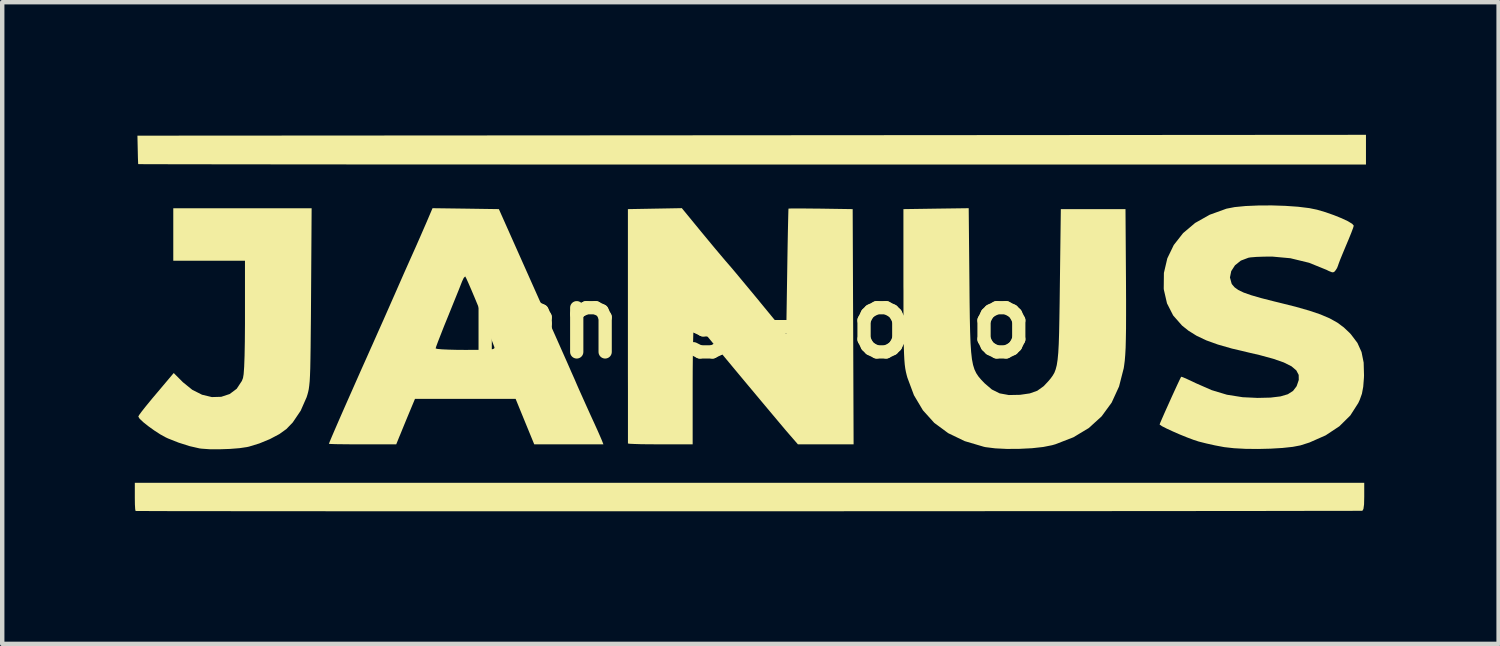
<source format=kicad_pcb>
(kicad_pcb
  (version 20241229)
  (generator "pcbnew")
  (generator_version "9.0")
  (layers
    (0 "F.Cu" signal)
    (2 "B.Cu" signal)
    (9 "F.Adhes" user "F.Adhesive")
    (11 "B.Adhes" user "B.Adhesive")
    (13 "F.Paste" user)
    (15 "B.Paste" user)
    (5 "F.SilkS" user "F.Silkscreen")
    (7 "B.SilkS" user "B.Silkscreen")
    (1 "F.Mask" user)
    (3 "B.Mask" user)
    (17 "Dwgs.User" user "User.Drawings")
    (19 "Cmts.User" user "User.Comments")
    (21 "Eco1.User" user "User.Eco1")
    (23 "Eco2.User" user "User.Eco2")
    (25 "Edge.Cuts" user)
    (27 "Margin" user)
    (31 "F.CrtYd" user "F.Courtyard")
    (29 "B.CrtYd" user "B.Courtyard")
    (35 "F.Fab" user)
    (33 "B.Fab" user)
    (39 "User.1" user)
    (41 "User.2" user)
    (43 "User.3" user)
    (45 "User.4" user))
  (footprint "janus-logo"
    (layer "F.Cu")
    (at 13.926 4.233)
    (property "Reference" "janus-logo" (at 0 0 0) (layer "F.SilkS") (effects (font (size 1.5 1.5) (thickness 0.3))))
    (attr board_only exclude_from_pos_files exclude_from_bom)
    (fp_poly (pts (xy 13.926 -3.897) (xy 13.926 -3.561) (xy 0.04 -3.561) (xy -1.004 -3.561) (xy -2.027 -3.561) (xy -3.027 -3.561) (xy -4 -3.561) (xy -4.945 -3.561) (xy -5.858 -3.562) (xy -6.737 -3.562) (xy -7.578 -3.562) (xy -8.379 -3.563) (xy -9.137 -3.563) (xy -9.849 -3.564) (xy -10.513 -3.564) (xy -11.125 -3.565) (xy -11.682 -3.565) (xy -12.183 -3.566) (xy -12.623 -3.567) (xy -13.001 -3.567) (xy -13.313 -3.568) (xy -13.557 -3.569) (xy -13.729 -3.569) (xy -13.827 -3.57) (xy -13.85 -3.571) (xy -13.852 -3.612) (xy -13.856 -3.713) (xy -13.859 -3.854) (xy -13.86 -3.897) (xy -13.867 -4.214) (xy 0.03 -4.223) (xy 13.926 -4.233)) (stroke (width 0) (type solid)) (fill yes) (layer "F.SilkS"))
    (fp_poly (pts (xy 13.887 3.956) (xy 13.883 4.129) (xy 13.869 4.231) (xy 13.845 4.272) (xy 13.837 4.273) (xy 13.467 4.274) (xy 13.037 4.275) (xy 12.552 4.275) (xy 12.013 4.276) (xy 11.425 4.277) (xy 10.791 4.278) (xy 10.115 4.278) (xy 9.4 4.279) (xy 8.649 4.279) (xy 7.865 4.28) (xy 7.053 4.28) (xy 6.215 4.281) (xy 5.355 4.281) (xy 4.477 4.282) (xy 3.583 4.282) (xy 2.677 4.282) (xy 1.762 4.283) (xy 0.843 4.283) (xy -0.078 4.283) (xy -0.997 4.283) (xy -1.912 4.283) (xy -2.818 4.283) (xy -3.711 4.283) (xy -4.59 4.283) (xy -5.45 4.283) (xy -6.287 4.283) (xy -7.1 4.283) (xy -7.883 4.283) (xy -8.634 4.283) (xy -9.349 4.283) (xy -10.025 4.282) (xy -10.659 4.282) (xy -11.247 4.282) (xy -11.785 4.281) (xy -12.271 4.281) (xy -12.7 4.28) (xy -13.07 4.28) (xy -13.377 4.279) (xy -13.618 4.278) (xy -13.789 4.278) (xy -13.887 4.277) (xy -13.91 4.276) (xy -13.918 4.232) (xy -13.924 4.128) (xy -13.926 3.986) (xy -13.926 3.95) (xy -13.926 3.64) (xy -0.02 3.64) (xy 13.887 3.64)) (stroke (width 0) (type solid)) (fill yes) (layer "F.SilkS"))
    (fp_poly (pts (xy -9.939 -0.564) (xy -9.942 -0.113) (xy -9.946 0.267) (xy -9.949 0.581) (xy -9.953 0.839) (xy -9.957 1.046) (xy -9.963 1.211) (xy -9.97 1.34) (xy -9.98 1.441) (xy -9.991 1.521) (xy -10.005 1.587) (xy -10.022 1.648) (xy -10.04 1.705) (xy -10.174 2.009) (xy -10.354 2.275) (xy -10.498 2.424) (xy -10.659 2.539) (xy -10.871 2.651) (xy -11.109 2.749) (xy -11.344 2.821) (xy -11.39 2.831) (xy -11.559 2.856) (xy -11.776 2.873) (xy -12.01 2.881) (xy -12.233 2.88) (xy -12.416 2.867) (xy -12.463 2.861) (xy -12.686 2.81) (xy -12.937 2.73) (xy -13.177 2.635) (xy -13.226 2.612) (xy -13.348 2.545) (xy -13.484 2.457) (xy -13.619 2.36) (xy -13.736 2.267) (xy -13.817 2.19) (xy -13.847 2.142) (xy -13.829 2.107) (xy -13.773 2.03) (xy -13.676 1.907) (xy -13.534 1.734) (xy -13.343 1.508) (xy -13.285 1.439) (xy -13.046 1.156) (xy -12.838 1.364) (xy -12.627 1.535) (xy -12.405 1.647) (xy -12.183 1.7) (xy -11.971 1.694) (xy -11.78 1.631) (xy -11.621 1.512) (xy -11.505 1.336) (xy -11.479 1.27) (xy -11.464 1.181) (xy -11.452 1.012) (xy -11.443 0.766) (xy -11.437 0.442) (xy -11.434 0.04) (xy -11.434 -0.125) (xy -11.434 -1.385) (xy -12.245 -1.385) (xy -13.056 -1.385) (xy -13.056 -1.978) (xy -13.056 -2.572) (xy -11.491 -2.572) (xy -9.926 -2.572)) (stroke (width 0) (type solid)) (fill yes) (layer "F.SilkS"))
    (fp_poly (pts (xy -1.122 -2.051) (xy -0.964 -1.86) (xy -0.809 -1.673) (xy -0.67 -1.508) (xy -0.56 -1.378) (xy -0.514 -1.325) (xy -0.436 -1.235) (xy -0.318 -1.095) (xy -0.171 -0.918) (xy -0.004 -0.717) (xy 0.173 -0.504) (xy 0.237 -0.425) (xy 0.811 0.273) (xy 0.833 -1.14) (xy 0.838 -1.465) (xy 0.843 -1.765) (xy 0.848 -2.031) (xy 0.853 -2.252) (xy 0.857 -2.42) (xy 0.86 -2.527) (xy 0.862 -2.563) (xy 0.902 -2.566) (xy 1.009 -2.567) (xy 1.17 -2.567) (xy 1.372 -2.565) (xy 1.592 -2.563) (xy 2.314 -2.552) (xy 2.325 0.109) (xy 2.335 2.769) (xy 1.705 2.769) (xy 1.075 2.769) (xy 0.878 2.542) (xy 0.797 2.448) (xy 0.674 2.302) (xy 0.518 2.116) (xy 0.335 1.898) (xy 0.135 1.659) (xy -0.075 1.408) (xy -0.285 1.156) (xy -0.488 0.912) (xy -0.676 0.686) (xy -0.84 0.488) (xy -0.973 0.327) (xy -1.065 0.215) (xy -1.083 0.192) (xy -1.169 0.091) (xy -1.238 0.022) (xy -1.271 0) (xy -1.279 0.038) (xy -1.287 0.146) (xy -1.293 0.316) (xy -1.298 0.538) (xy -1.302 0.803) (xy -1.305 1.102) (xy -1.306 1.385) (xy -1.306 2.769) (xy -2.038 2.769) (xy -2.268 2.768) (xy -2.469 2.766) (xy -2.628 2.761) (xy -2.732 2.756) (xy -2.77 2.75) (xy -2.77 2.708) (xy -2.77 2.593) (xy -2.77 2.413) (xy -2.77 2.173) (xy -2.77 1.88) (xy -2.77 1.54) (xy -2.771 1.161) (xy -2.771 0.749) (xy -2.771 0.31) (xy -2.771 0.089) (xy -2.771 -2.552) (xy -2.161 -2.563) (xy -1.551 -2.574)) (stroke (width 0) (type solid)) (fill yes) (layer "F.SilkS"))
    (fp_poly (pts (xy 4.955 -0.901) (xy 4.959 -0.457) (xy 4.964 -0.085) (xy 4.971 0.223) (xy 4.98 0.476) (xy 4.994 0.679) (xy 5.012 0.842) (xy 5.037 0.971) (xy 5.069 1.074) (xy 5.11 1.16) (xy 5.16 1.235) (xy 5.221 1.307) (xy 5.294 1.383) (xy 5.294 1.384) (xy 5.462 1.528) (xy 5.639 1.616) (xy 5.847 1.654) (xy 6.1 1.649) (xy 6.321 1.617) (xy 6.49 1.557) (xy 6.633 1.455) (xy 6.735 1.347) (xy 6.791 1.281) (xy 6.837 1.218) (xy 6.876 1.152) (xy 6.906 1.074) (xy 6.931 0.978) (xy 6.95 0.855) (xy 6.965 0.698) (xy 6.976 0.499) (xy 6.984 0.251) (xy 6.99 -0.054) (xy 6.996 -0.423) (xy 7.001 -0.831) (xy 7.023 -2.552) (xy 7.755 -2.552) (xy 8.486 -2.552) (xy 8.497 -0.93) (xy 8.499 -0.502) (xy 8.499 -0.145) (xy 8.498 0.15) (xy 8.494 0.391) (xy 8.489 0.588) (xy 8.48 0.748) (xy 8.469 0.881) (xy 8.454 0.994) (xy 8.446 1.047) (xy 8.34 1.461) (xy 8.173 1.825) (xy 7.945 2.137) (xy 7.657 2.399) (xy 7.309 2.609) (xy 6.902 2.767) (xy 6.825 2.789) (xy 6.624 2.829) (xy 6.37 2.857) (xy 6.088 2.871) (xy 5.803 2.873) (xy 5.539 2.86) (xy 5.322 2.833) (xy 5.284 2.825) (xy 4.85 2.697) (xy 4.476 2.517) (xy 4.161 2.285) (xy 3.903 1.999) (xy 3.7 1.658) (xy 3.552 1.261) (xy 3.537 1.207) (xy 3.519 1.133) (xy 3.504 1.055) (xy 3.492 0.964) (xy 3.483 0.852) (xy 3.476 0.711) (xy 3.47 0.533) (xy 3.467 0.31) (xy 3.464 0.033) (xy 3.463 -0.305) (xy 3.463 -0.712) (xy 3.462 -0.811) (xy 3.462 -2.552) (xy 4.201 -2.563) (xy 4.939 -2.573)) (stroke (width 0) (type solid)) (fill yes) (layer "F.SilkS"))
    (fp_poly (pts (xy -6.44 -2.563) (xy -5.69 -2.552) (xy -4.861 -0.692) (xy -4.697 -0.324) (xy -4.539 0.03) (xy -4.392 0.36) (xy -4.259 0.66) (xy -4.143 0.921) (xy -4.049 1.136) (xy -3.978 1.295) (xy -3.936 1.393) (xy -3.931 1.405) (xy -3.874 1.535) (xy -3.794 1.713) (xy -3.703 1.916) (xy -3.612 2.117) (xy -3.527 2.302) (xy -3.452 2.468) (xy -3.395 2.598) (xy -3.362 2.675) (xy -3.36 2.68) (xy -3.325 2.769) (xy -4.108 2.769) (xy -4.89 2.769) (xy -5.101 2.255) (xy -5.311 1.741) (xy -6.45 1.741) (xy -7.588 1.741) (xy -7.724 2.067) (xy -7.797 2.243) (xy -7.868 2.416) (xy -7.925 2.556) (xy -7.936 2.581) (xy -8.012 2.769) (xy -8.773 2.769) (xy -9.009 2.769) (xy -9.215 2.767) (xy -9.379 2.765) (xy -9.49 2.761) (xy -9.535 2.758) (xy -9.535 2.757) (xy -9.519 2.715) (xy -9.475 2.609) (xy -9.405 2.446) (xy -9.314 2.236) (xy -9.204 1.985) (xy -9.079 1.702) (xy -8.943 1.395) (xy -8.8 1.072) (xy -8.683 0.811) (xy -8.589 0.599) (xy -7.121 0.599) (xy -7.084 0.61) (xy -6.98 0.62) (xy -6.823 0.627) (xy -6.625 0.632) (xy -6.445 0.633) (xy -6.199 0.632) (xy -6.021 0.63) (xy -5.902 0.625) (xy -5.831 0.616) (xy -5.797 0.601) (xy -5.789 0.581) (xy -5.794 0.564) (xy -5.869 0.367) (xy -5.954 0.149) (xy -6.046 -0.081) (xy -6.139 -0.31) (xy -6.228 -0.525) (xy -6.309 -0.717) (xy -6.376 -0.872) (xy -6.425 -0.98) (xy -6.45 -1.027) (xy -6.452 -1.029) (xy -6.485 -0.996) (xy -6.521 -0.92) (xy -6.549 -0.849) (xy -6.6 -0.719) (xy -6.671 -0.544) (xy -6.755 -0.336) (xy -6.841 -0.123) (xy -6.93 0.095) (xy -7.006 0.289) (xy -7.067 0.445) (xy -7.107 0.553) (xy -7.121 0.599) (xy -7.121 0.599) (xy -8.589 0.599) (xy -8.555 0.524) (xy -8.425 0.231) (xy -8.299 -0.051) (xy -8.187 -0.305) (xy -8.095 -0.514) (xy -8.051 -0.613) (xy -7.951 -0.841) (xy -7.841 -1.091) (xy -7.736 -1.327) (xy -7.666 -1.484) (xy -7.571 -1.696) (xy -7.469 -1.928) (xy -7.375 -2.144) (xy -7.339 -2.226) (xy -7.191 -2.573)) (stroke (width 0) (type solid)) (fill yes) (layer "F.SilkS"))
    (fp_poly (pts (xy 12.101 -2.626) (xy 12.39 -2.606) (xy 12.643 -2.575) (xy 12.819 -2.539) (xy 13.01 -2.483) (xy 13.2 -2.416) (xy 13.374 -2.346) (xy 13.517 -2.279) (xy 13.614 -2.22) (xy 13.65 -2.178) (xy 13.65 -2.178) (xy 13.635 -2.126) (xy 13.595 -2.019) (xy 13.535 -1.871) (xy 13.471 -1.719) (xy 13.401 -1.551) (xy 13.343 -1.41) (xy 13.306 -1.311) (xy 13.293 -1.272) (xy 13.272 -1.219) (xy 13.241 -1.17) (xy 13.204 -1.128) (xy 13.162 -1.122) (xy 13.088 -1.151) (xy 13.034 -1.178) (xy 12.64 -1.338) (xy 12.216 -1.441) (xy 11.81 -1.478) (xy 11.622 -1.477) (xy 11.448 -1.471) (xy 11.313 -1.46) (xy 11.267 -1.452) (xy 11.095 -1.387) (xy 10.963 -1.281) (xy 10.878 -1.149) (xy 10.849 -1.006) (xy 10.887 -0.866) (xy 10.899 -0.847) (xy 10.955 -0.782) (xy 11.039 -0.722) (xy 11.16 -0.664) (xy 11.328 -0.605) (xy 11.552 -0.54) (xy 11.842 -0.466) (xy 11.953 -0.439) (xy 12.333 -0.344) (xy 12.645 -0.255) (xy 12.899 -0.169) (xy 13.107 -0.08) (xy 13.279 0.016) (xy 13.425 0.124) (xy 13.556 0.248) (xy 13.589 0.284) (xy 13.733 0.475) (xy 13.826 0.681) (xy 13.874 0.92) (xy 13.882 1.209) (xy 13.88 1.265) (xy 13.864 1.468) (xy 13.835 1.624) (xy 13.785 1.764) (xy 13.752 1.835) (xy 13.572 2.116) (xy 13.324 2.361) (xy 13.014 2.566) (xy 12.647 2.728) (xy 12.443 2.793) (xy 12.27 2.826) (xy 12.038 2.851) (xy 11.769 2.867) (xy 11.483 2.874) (xy 11.2 2.871) (xy 10.94 2.857) (xy 10.725 2.833) (xy 10.702 2.829) (xy 10.511 2.793) (xy 10.314 2.749) (xy 10.151 2.708) (xy 10.149 2.708) (xy 10.029 2.669) (xy 9.88 2.613) (xy 9.717 2.547) (xy 9.557 2.477) (xy 9.416 2.412) (xy 9.312 2.359) (xy 9.261 2.324) (xy 9.258 2.319) (xy 9.273 2.279) (xy 9.315 2.182) (xy 9.375 2.045) (xy 9.448 1.883) (xy 9.525 1.711) (xy 9.601 1.545) (xy 9.667 1.402) (xy 9.717 1.296) (xy 9.744 1.243) (xy 9.746 1.24) (xy 9.784 1.251) (xy 9.876 1.291) (xy 10.005 1.351) (xy 10.071 1.383) (xy 10.436 1.543) (xy 10.781 1.647) (xy 11.136 1.703) (xy 11.474 1.719) (xy 11.766 1.712) (xy 11.992 1.685) (xy 12.158 1.636) (xy 12.276 1.561) (xy 12.354 1.459) (xy 12.361 1.444) (xy 12.406 1.313) (xy 12.404 1.198) (xy 12.35 1.096) (xy 12.24 1.003) (xy 12.068 0.917) (xy 11.83 0.834) (xy 11.521 0.75) (xy 11.276 0.693) (xy 10.892 0.602) (xy 10.575 0.511) (xy 10.314 0.417) (xy 10.096 0.314) (xy 9.91 0.198) (xy 9.765 0.082) (xy 9.564 -0.147) (xy 9.425 -0.42) (xy 9.354 -0.728) (xy 9.351 -0.756) (xy 9.355 -1.109) (xy 9.432 -1.438) (xy 9.578 -1.74) (xy 9.789 -2.009) (xy 10.061 -2.239) (xy 10.391 -2.425) (xy 10.77 -2.562) (xy 10.956 -2.598) (xy 11.202 -2.622) (xy 11.487 -2.634) (xy 11.793 -2.636)) (stroke (width 0) (type solid)) (fill yes) (layer "F.SilkS")))
  (gr_rect
    (start -3 -3)
    (end 30.853 11.517)
    (stroke (width 0.1) (type default))
    (fill no)
    (layer "Edge.Cuts")))
</source>
